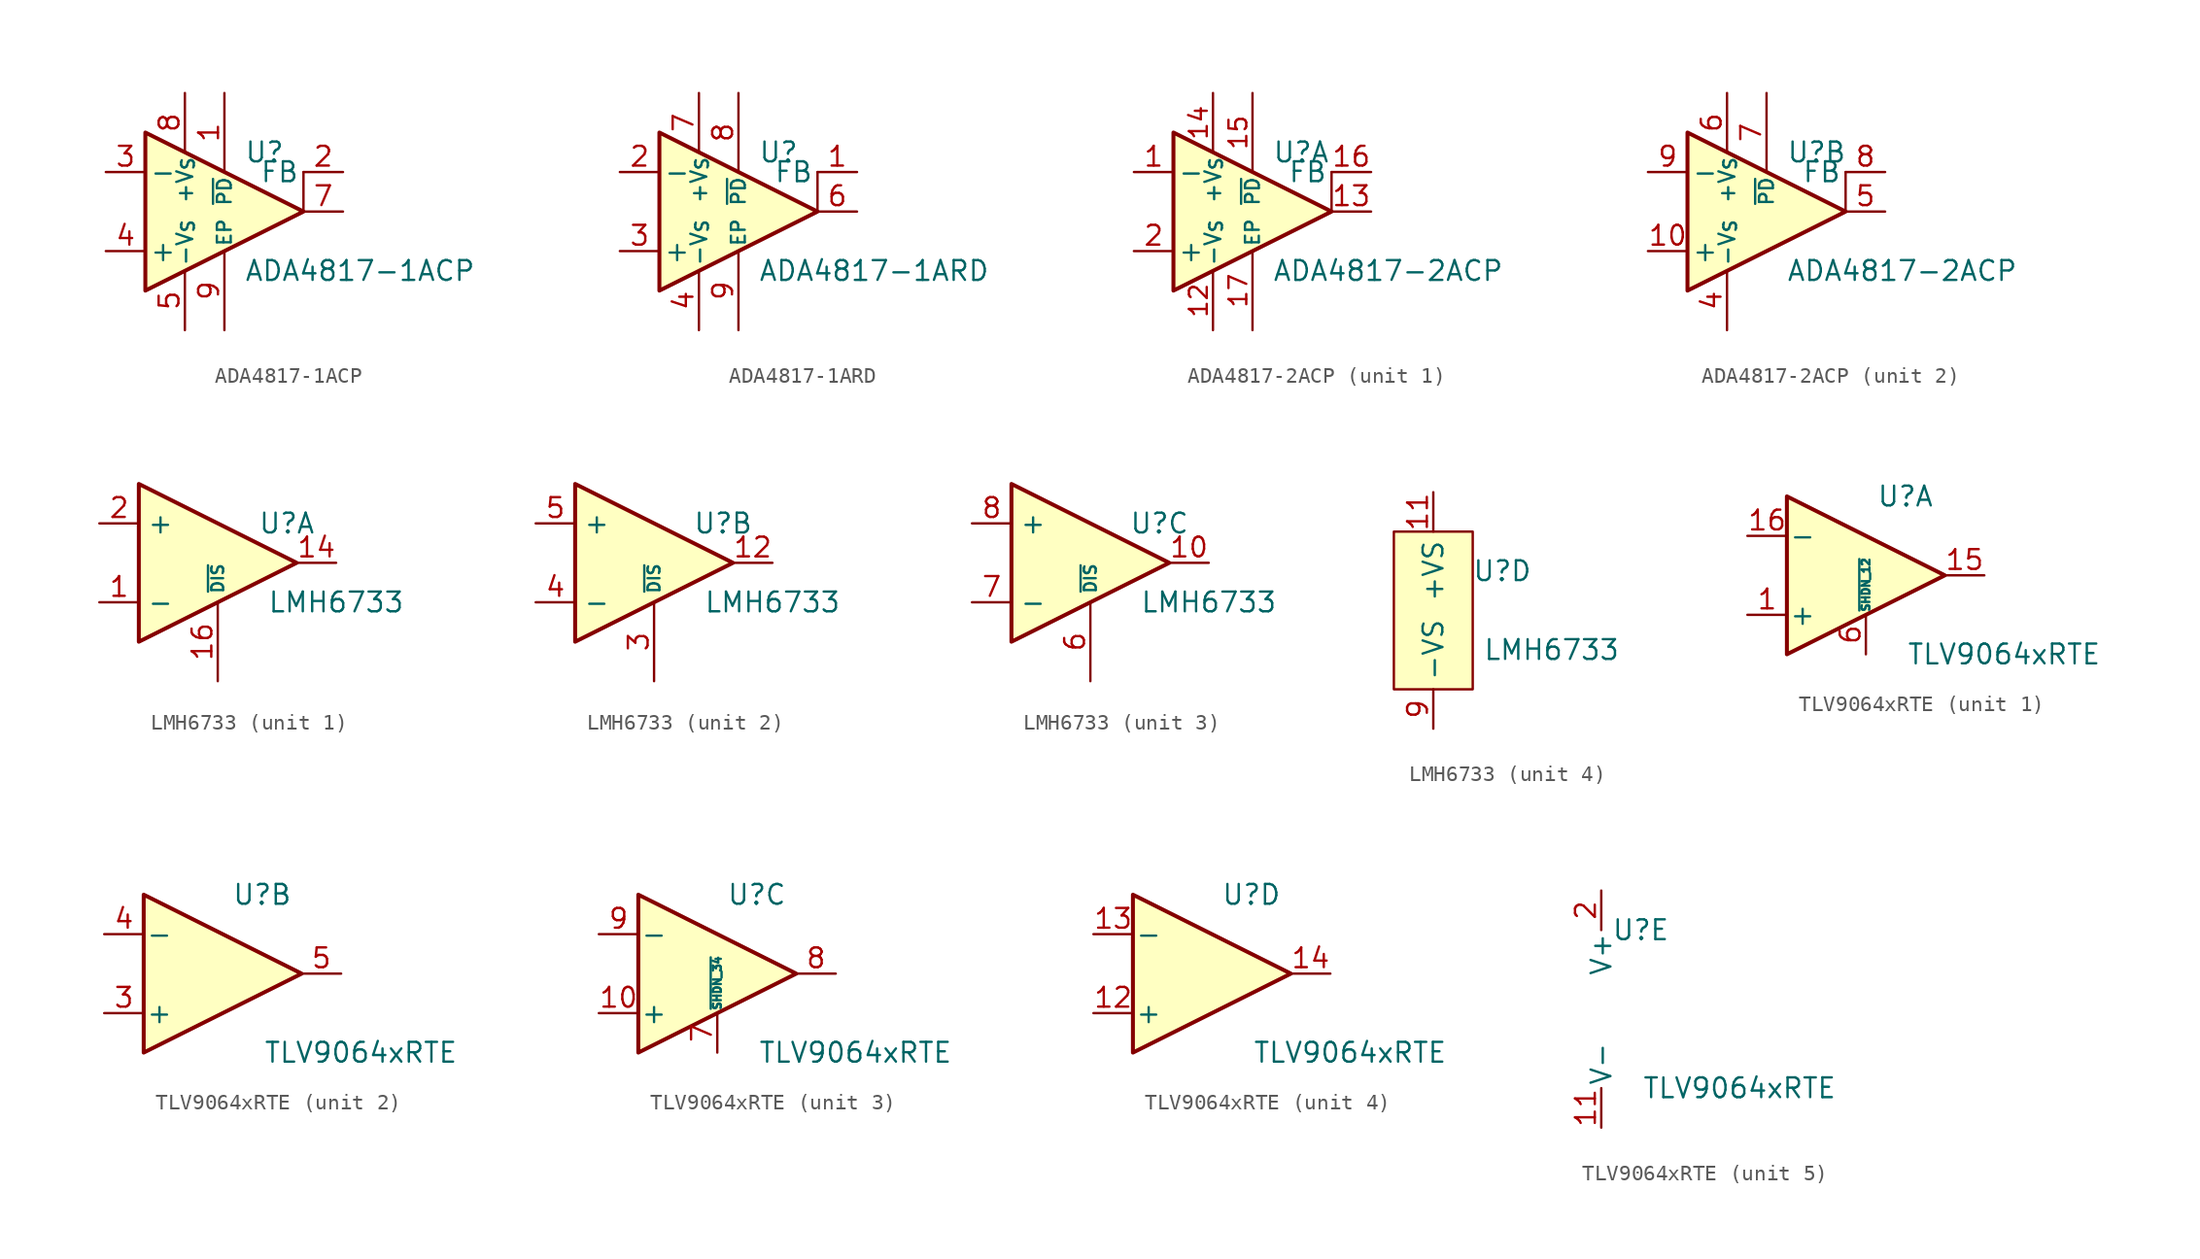
<source format=kicad_sym>
(kicad_symbol_lib
  (version 20220914)
  (generator kicad_symbol_editor)
  (symbol "ADA4817-1ACP"
    (pin_names
      (offset 0.254))
    (property "Reference" "U"
      (at 1.27 3.81 0)
      (effects (font (size 1.27 1.27)) (justify left)))
    (property "Value" "ADA4817-1ACP"
      (at 1.27 -3.81 0)
      (effects (font (size 1.27 1.27)) (justify left)))
    (symbol "ADA4817-1ACP_0_1"
      (polyline (pts (xy 5.08 0) (xy 5.08 2.54)) (stroke (width 0) (type default)) (fill (type none)))
      (polyline (pts (xy -5.08 5.08) (xy 5.08 0) (xy -5.08 -5.08) (xy -5.08 5.08)) (stroke (width 0.254) (type default)) (fill (type background))))
    (symbol "ADA4817-1ACP_1_0"
      (pin output line (at 7.62 2.54 180) (length 2.54) (name "FB" (effects (font (size 1.27 1.27)))) (number "2" (effects (font (size 1.27 1.27)))))
      (pin no_connect line (at -5.08 0 0) (length 2.54) hide (name "" (effects (font (size 1.27 1.27)))) (number "6" (effects (font (size 1.27 1.27)))))
      (pin power_in line (at 0 -7.62 90) (length 5.08) (name "EP" (effects (font (size 0.889 0.889)))) (number "9" (effects (font (size 1.27 1.27))))))
    (symbol "ADA4817-1ACP_1_1"
      (pin input line (at 0 7.62 270) (length 5.08) (name "~{PD}" (effects (font (size 0.889 0.889)))) (number "1" (effects (font (size 1.27 1.27)))))
      (pin input line (at -7.62 2.54 0) (length 2.54) (name "-" (effects (font (size 1.27 1.27)))) (number "3" (effects (font (size 1.27 1.27)))))
      (pin input line (at -7.62 -2.54 0) (length 2.54) (name "+" (effects (font (size 1.27 1.27)))) (number "4" (effects (font (size 1.27 1.27)))))
      (pin power_in line (at -2.54 -7.62 90) (length 3.81) (name "-V_{S}" (effects (font (size 1.016 1.016)))) (number "5" (effects (font (size 1.27 1.27)))))
      (pin output line (at 7.62 0 180) (length 2.54) (name "~" (effects (font (size 1.27 1.27)))) (number "7" (effects (font (size 1.27 1.27)))))
      (pin power_in line (at -2.54 7.62 270) (length 3.81) (name "+V_{S}" (effects (font (size 1.016 1.016)))) (number "8" (effects (font (size 1.27 1.27)))))))
  (symbol "ADA4817-1ARD"
    (pin_names
      (offset 0.254))
    (property "Reference" "U"
      (at 1.27 3.81 0)
      (effects (font (size 1.27 1.27)) (justify left)))
    (property "Value" "ADA4817-1ARD"
      (at 1.27 -3.81 0)
      (effects (font (size 1.27 1.27)) (justify left)))
    (symbol "ADA4817-1ARD_0_1"
      (polyline (pts (xy 5.08 0) (xy 5.08 2.54)) (stroke (width 0) (type default)) (fill (type none)))
      (polyline (pts (xy -5.08 5.08) (xy 5.08 0) (xy -5.08 -5.08) (xy -5.08 5.08)) (stroke (width 0.254) (type default)) (fill (type background))))
    (symbol "ADA4817-1ARD_1_0"
      (pin output line (at 7.62 2.54 180) (length 2.54) (name "FB" (effects (font (size 1.27 1.27)))) (number "1" (effects (font (size 1.27 1.27)))))
      (pin no_connect line (at -5.08 0 0) (length 2.54) hide (name "" (effects (font (size 1.27 1.27)))) (number "5" (effects (font (size 1.27 1.27)))))
      (pin power_in line (at 0 -7.62 90) (length 5.08) (name "EP" (effects (font (size 0.889 0.889)))) (number "9" (effects (font (size 1.27 1.27))))))
    (symbol "ADA4817-1ARD_1_1"
      (pin input line (at -7.62 2.54 0) (length 2.54) (name "-" (effects (font (size 1.27 1.27)))) (number "2" (effects (font (size 1.27 1.27)))))
      (pin input line (at -7.62 -2.54 0) (length 2.54) (name "+" (effects (font (size 1.27 1.27)))) (number "3" (effects (font (size 1.27 1.27)))))
      (pin power_in line (at -2.54 -7.62 90) (length 3.81) (name "-V_{S}" (effects (font (size 1.016 1.016)))) (number "4" (effects (font (size 1.27 1.27)))))
      (pin output line (at 7.62 0 180) (length 2.54) (name "~" (effects (font (size 1.27 1.27)))) (number "6" (effects (font (size 1.27 1.27)))))
      (pin power_in line (at -2.54 7.62 270) (length 3.81) (name "+V_{S}" (effects (font (size 1.016 1.016)))) (number "7" (effects (font (size 1.27 1.27)))))
      (pin input line (at 0 7.62 270) (length 5.08) (name "~{PD}" (effects (font (size 0.889 0.889)))) (number "8" (effects (font (size 1.27 1.27)))))))
  (symbol "ADA4817-2ACP"
    (pin_names
      (offset 0.254))
    (property "Reference" "U"
      (at 1.27 3.81 0)
      (effects (font (size 1.27 1.27)) (justify left)))
    (property "Value" "ADA4817-2ACP"
      (at 1.27 -3.81 0)
      (effects (font (size 1.27 1.27)) (justify left)))
    (property "ki_locked" ""
      (at 0 0 0)
      (effects (font (size 1.27 1.27))))
    (symbol "ADA4817-2ACP_1_0"
      (pin no_connect line (at -5.08 0 0) (length 2.54) hide (name "" (effects (font (size 1.27 1.27)))) (number "11" (effects (font (size 1.27 1.27)))))
      (pin output line (at 7.62 2.54 180) (length 2.54) (name "FB" (effects (font (size 1.27 1.27)))) (number "16" (effects (font (size 1.27 1.27)))))
      (pin power_in line (at 0 -7.62 90) (length 5.08) (name "EP" (effects (font (size 0.889 0.889)))) (number "17" (effects (font (size 1.143 1.143))))))
    (symbol "ADA4817-2ACP_1_1"
      (polyline (pts (xy 5.08 0) (xy 5.08 2.54)) (stroke (width 0) (type default)) (fill (type none)))
      (polyline (pts (xy -5.08 5.08) (xy 5.08 0) (xy -5.08 -5.08) (xy -5.08 5.08)) (stroke (width 0.254) (type default)) (fill (type background)))
      (pin input line (at -7.62 2.54 0) (length 2.54) (name "-" (effects (font (size 1.27 1.27)))) (number "1" (effects (font (size 1.27 1.27)))))
      (pin power_in line (at -2.54 -7.62 90) (length 3.81) (name "-V_{S}" (effects (font (size 1.016 1.016)))) (number "12" (effects (font (size 1.143 1.143)))))
      (pin output line (at 7.62 0 180) (length 2.54) (name "~" (effects (font (size 1.27 1.27)))) (number "13" (effects (font (size 1.27 1.27)))))
      (pin power_in line (at -2.54 7.62 270) (length 3.81) (name "+V_{S}" (effects (font (size 1.016 1.016)))) (number "14" (effects (font (size 1.143 1.143)))))
      (pin input line (at 0 7.62 270) (length 5.08) (name "~{PD}" (effects (font (size 0.889 0.889)))) (number "15" (effects (font (size 1.143 1.143)))))
      (pin input line (at -7.62 -2.54 0) (length 2.54) (name "+" (effects (font (size 1.27 1.27)))) (number "2" (effects (font (size 1.27 1.27))))))
    (symbol "ADA4817-2ACP_2_0"
      (pin no_connect line (at -5.08 0 0) (length 2.54) hide (name "" (effects (font (size 1.27 1.27)))) (number "3" (effects (font (size 1.27 1.27)))))
      (pin output line (at 7.62 2.54 180) (length 2.54) (name "FB" (effects (font (size 1.27 1.27)))) (number "8" (effects (font (size 1.27 1.27))))))
    (symbol "ADA4817-2ACP_2_1"
      (polyline (pts (xy 5.08 0) (xy 5.08 2.54)) (stroke (width 0) (type default)) (fill (type none)))
      (polyline (pts (xy -5.08 5.08) (xy 5.08 0) (xy -5.08 -5.08) (xy -5.08 5.08)) (stroke (width 0.254) (type default)) (fill (type background)))
      (pin input line (at -7.62 -2.54 0) (length 2.54) (name "+" (effects (font (size 1.27 1.27)))) (number "10" (effects (font (size 1.27 1.27)))))
      (pin power_in line (at -2.54 -7.62 90) (length 3.81) (name "-V_{S}" (effects (font (size 1.016 1.016)))) (number "4" (effects (font (size 1.27 1.27)))))
      (pin output line (at 7.62 0 180) (length 2.54) (name "~" (effects (font (size 1.27 1.27)))) (number "5" (effects (font (size 1.27 1.27)))))
      (pin power_in line (at -2.54 7.62 270) (length 3.81) (name "+V_{S}" (effects (font (size 1.016 1.016)))) (number "6" (effects (font (size 1.27 1.27)))))
      (pin input line (at 0 7.62 270) (length 5.08) (name "~{PD}" (effects (font (size 0.889 0.889)))) (number "7" (effects (font (size 1.27 1.27)))))
      (pin input line (at -7.62 2.54 0) (length 2.54) (name "-" (effects (font (size 1.27 1.27)))) (number "9" (effects (font (size 1.27 1.27)))))))
  (symbol "LMH6733"
    (property "Reference" "U"
      (at 4.445 2.54 0)
      (effects (font (size 1.27 1.27))))
    (property "Value" "LMH6733"
      (at 7.62 -2.54 0)
      (effects (font (size 1.27 1.27))))
    (symbol "LMH6733_1_1"
      (polyline (pts (xy -5.08 5.08) (xy 5.08 0) (xy -5.08 -5.08) (xy -5.08 5.08)) (stroke (width 0.254) (type default)) (fill (type background)))
      (pin input line (at -7.62 -2.54 0) (length 2.54) (name "-" (effects (font (size 1.27 1.27)))) (number "1" (effects (font (size 1.27 1.27)))))
      (pin output line (at 7.62 0 180) (length 2.54) (name "" (effects (font (size 1 1)))) (number "14" (effects (font (size 1.27 1.27)))))
      (pin input line (at 0 -7.62 90) (length 5.08) (name "~{DIS}" (effects (font (size 0.762 0.762)))) (number "16" (effects (font (size 1.27 1.27)))))
      (pin input line (at -7.62 2.54 0) (length 2.54) (name "+" (effects (font (size 1.27 1.27)))) (number "2" (effects (font (size 1.27 1.27))))))
    (symbol "LMH6733_2_1"
      (polyline (pts (xy -5.08 5.08) (xy 5.08 0) (xy -5.08 -5.08) (xy -5.08 5.08)) (stroke (width 0.254) (type default)) (fill (type background)))
      (pin output line (at 7.62 0 180) (length 2.54) (name "" (effects (font (size 1 1)))) (number "12" (effects (font (size 1.27 1.27)))))
      (pin input line (at 0 -7.62 90) (length 5.08) (name "~{DIS}" (effects (font (size 0.762 0.762)))) (number "3" (effects (font (size 1.27 1.27)))))
      (pin input line (at -7.62 -2.54 0) (length 2.54) (name "-" (effects (font (size 1.27 1.27)))) (number "4" (effects (font (size 1.27 1.27)))))
      (pin input line (at -7.62 2.54 0) (length 2.54) (name "+" (effects (font (size 1.27 1.27)))) (number "5" (effects (font (size 1.27 1.27))))))
    (symbol "LMH6733_3_1"
      (polyline (pts (xy -5.08 5.08) (xy 5.08 0) (xy -5.08 -5.08) (xy -5.08 5.08)) (stroke (width 0.254) (type default)) (fill (type background)))
      (pin output line (at 7.62 0 180) (length 2.54) (name "" (effects (font (size 1 1)))) (number "10" (effects (font (size 1.27 1.27)))))
      (pin input line (at 0 -7.62 90) (length 5.08) (name "~{DIS}" (effects (font (size 0.762 0.762)))) (number "6" (effects (font (size 1.27 1.27)))))
      (pin input line (at -7.62 -2.54 0) (length 2.54) (name "-" (effects (font (size 1.27 1.27)))) (number "7" (effects (font (size 1.27 1.27)))))
      (pin input line (at -7.62 2.54 0) (length 2.54) (name "+" (effects (font (size 1.27 1.27)))) (number "8" (effects (font (size 1.27 1.27))))))
    (symbol "LMH6733_4_1"
      (rectangle (start -2.54 5.08) (end 2.54 -5.08) (stroke (width 0) (type default)) (fill (type background)))
      (pin power_in line (at 0 7.62 270) (length 2.54) (name "+VS" (effects (font (size 1.27 1.27)))) (number "11" (effects (font (size 1.27 1.27)))))
      (pin passive line (at 0 -7.62 90) (length 2.54) hide (name "-VS" (effects (font (size 1.27 1.27)))) (number "13" (effects (font (size 1.27 1.27)))))
      (pin passive line (at 0 7.62 270) (length 2.54) hide (name "+VS" (effects (font (size 1.27 1.27)))) (number "15" (effects (font (size 1.27 1.27)))))
      (pin power_in line (at 0 -7.62 90) (length 2.54) (name "-VS" (effects (font (size 1.27 1.27)))) (number "9" (effects (font (size 1.27 1.27)))))))
  (symbol "TLV9064xRTE"
    (pin_names
      (offset 0.127))
    (property "Reference" "U"
      (at 2.54 5.08 0)
      (effects (font (size 1.27 1.27))))
    (property "Value" "TLV9064xRTE"
      (at 8.89 -5.08 0)
      (effects (font (size 1.27 1.27))))
    (property "ki_locked" ""
      (at 0 0 0)
      (effects (font (size 1.27 1.27))))
    (symbol "TLV9064xRTE_1_1"
      (polyline (pts (xy 5.08 0) (xy -5.08 5.08) (xy -5.08 -5.08) (xy 5.08 0)) (stroke (width 0.254) (type default)) (fill (type background)))
      (pin input line (at -7.62 -2.54 0) (length 2.54) (name "+" (effects (font (size 1.27 1.27)))) (number "1" (effects (font (size 1.27 1.27)))))
      (pin output line (at 7.62 0 180) (length 2.54) (name "~" (effects (font (size 1.27 1.27)))) (number "15" (effects (font (size 1.27 1.27)))))
      (pin input line (at -7.62 2.54 0) (length 2.54) (name "-" (effects (font (size 1.27 1.27)))) (number "16" (effects (font (size 1.27 1.27)))))
      (pin input line (at 0 -5.08 90) (length 2.54) (name "~{SHDN_12}" (effects (font (size 0.508 0.508)))) (number "6" (effects (font (size 1.27 1.27))))))
    (symbol "TLV9064xRTE_2_1"
      (polyline (pts (xy 5.08 0) (xy -5.08 5.08) (xy -5.08 -5.08) (xy 5.08 0)) (stroke (width 0.254) (type default)) (fill (type background)))
      (pin input line (at -7.62 -2.54 0) (length 2.54) (name "+" (effects (font (size 1.27 1.27)))) (number "3" (effects (font (size 1.27 1.27)))))
      (pin input line (at -7.62 2.54 0) (length 2.54) (name "-" (effects (font (size 1.27 1.27)))) (number "4" (effects (font (size 1.27 1.27)))))
      (pin output line (at 7.62 0 180) (length 2.54) (name "~" (effects (font (size 1.27 1.27)))) (number "5" (effects (font (size 1.27 1.27))))))
    (symbol "TLV9064xRTE_3_1"
      (polyline (pts (xy 5.08 0) (xy -5.08 5.08) (xy -5.08 -5.08) (xy 5.08 0)) (stroke (width 0.254) (type default)) (fill (type background)))
      (pin input line (at -7.62 -2.54 0) (length 2.54) (name "+" (effects (font (size 1.27 1.27)))) (number "10" (effects (font (size 1.27 1.27)))))
      (pin input line (at 0 -5.08 90) (length 2.54) (name "~{SHDN_34}" (effects (font (size 0.508 0.508)))) (number "7" (effects (font (size 1.27 1.27)))))
      (pin output line (at 7.62 0 180) (length 2.54) (name "~" (effects (font (size 1.27 1.27)))) (number "8" (effects (font (size 1.27 1.27)))))
      (pin input line (at -7.62 2.54 0) (length 2.54) (name "-" (effects (font (size 1.27 1.27)))) (number "9" (effects (font (size 1.27 1.27))))))
    (symbol "TLV9064xRTE_4_1"
      (polyline (pts (xy 5.08 0) (xy -5.08 5.08) (xy -5.08 -5.08) (xy 5.08 0)) (stroke (width 0.254) (type default)) (fill (type background)))
      (pin input line (at -7.62 -2.54 0) (length 2.54) (name "+" (effects (font (size 1.27 1.27)))) (number "12" (effects (font (size 1.27 1.27)))))
      (pin input line (at -7.62 2.54 0) (length 2.54) (name "-" (effects (font (size 1.27 1.27)))) (number "13" (effects (font (size 1.27 1.27)))))
      (pin output line (at 7.62 0 180) (length 2.54) (name "~" (effects (font (size 1.27 1.27)))) (number "14" (effects (font (size 1.27 1.27))))))
    (symbol "TLV9064xRTE_5_1"
      (pin power_in line (at 0 -7.62 90) (length 2.54) (name "V-" (effects (font (size 1.27 1.27)))) (number "11" (effects (font (size 1.27 1.27)))))
      (pin passive line (at 0 -7.62 90) (length 2.54) hide (name "V-" (effects (font (size 1.27 1.27)))) (number "17" (effects (font (size 1.27 1.27)))))
      (pin power_in line (at 0 7.62 270) (length 2.54) (name "V+" (effects (font (size 1.27 1.27)))) (number "2" (effects (font (size 1.27 1.27))))))))
</source>
